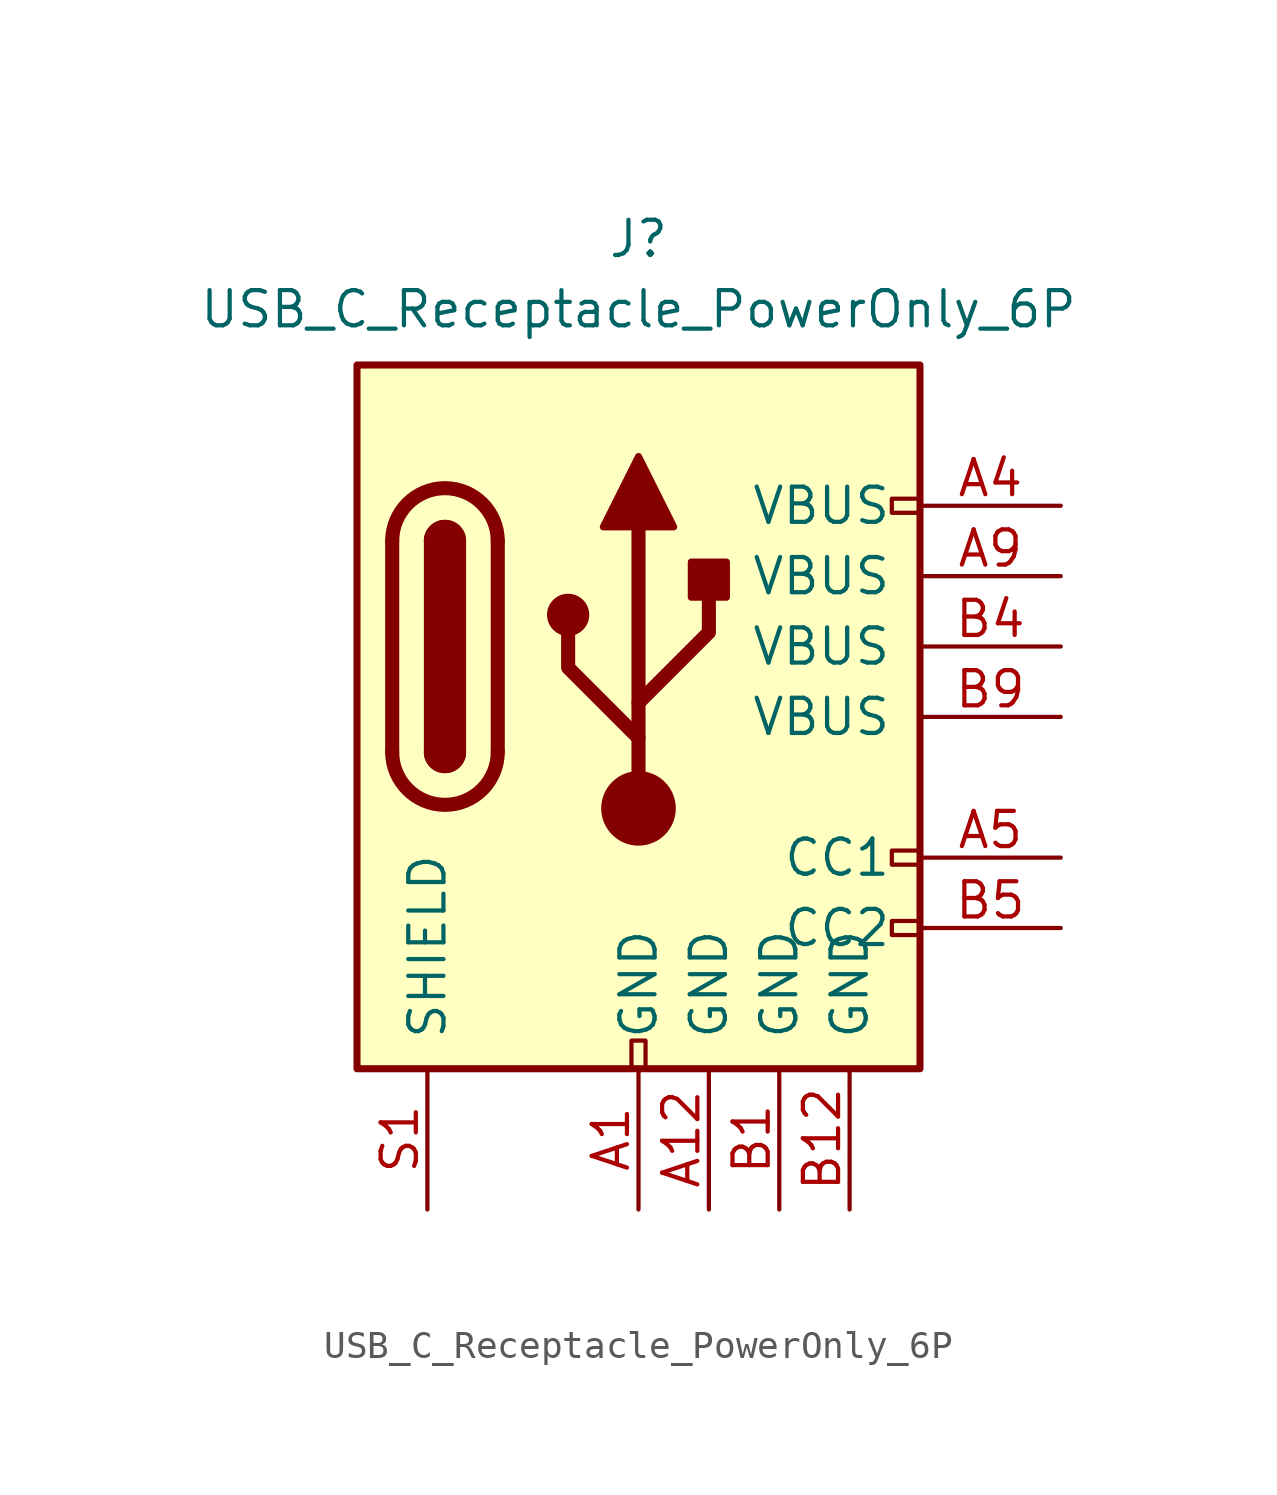
<source format=kicad_sym>
(kicad_symbol_lib
  (version 20241209)
  (generator "kicad_symbol_editor")
  (generator_version "9.0")
  (symbol "USB_C_Receptacle_PowerOnly_6P"
    (pin_names
      (offset 1.016))
    (property "Reference" "J"
      (at 0 16.51 0)
      (effects (font (size 1.27 1.27)) (justify bottom)))
    (property "Value" "USB_C_Receptacle_PowerOnly_6P"
      (at 0 13.97 0)
      (effects (font (size 1.27 1.27)) (justify bottom)))
    (symbol "USB_C_Receptacle_PowerOnly_6P_0_0"
      (rectangle (start -0.254 -12.7) (end 0.254 -11.684) (stroke (width 0) (type default)) (fill (type none)))
      (rectangle (start 10.16 7.874) (end 9.144 7.366) (stroke (width 0) (type default)) (fill (type none)))
      (rectangle (start 10.16 -4.826) (end 9.144 -5.334) (stroke (width 0) (type default)) (fill (type none)))
      (rectangle (start 10.16 -7.366) (end 9.144 -7.874) (stroke (width 0) (type default)) (fill (type none))))
    (symbol "USB_C_Receptacle_PowerOnly_6P_0_1"
      (rectangle (start -10.16 12.7) (end 10.16 -12.7) (stroke (width 0.254) (type default)) (fill (type background)))
      (polyline (pts (xy -8.89 -1.27) (xy -8.89 6.35)) (stroke (width 0.508) (type default)) (fill (type none)))
      (rectangle (start -7.62 -1.27) (end -6.35 6.35) (stroke (width 0.254) (type default)) (fill (type outline)))
      (arc (start -7.62 6.35) (mid -6.985 6.9823) (end -6.35 6.35) (stroke (width 0.254) (type default)) (fill (type none)))
      (arc (start -7.62 6.35) (mid -6.985 6.9823) (end -6.35 6.35) (stroke (width 0.254) (type default)) (fill (type outline)))
      (arc (start -8.89 6.35) (mid -6.985 8.2467) (end -5.08 6.35) (stroke (width 0.508) (type default)) (fill (type none)))
      (arc (start -5.08 -1.27) (mid -6.985 -3.1667) (end -8.89 -1.27) (stroke (width 0.508) (type default)) (fill (type none)))
      (arc (start -6.35 -1.27) (mid -6.985 -1.9023) (end -7.62 -1.27) (stroke (width 0.254) (type default)) (fill (type none)))
      (arc (start -6.35 -1.27) (mid -6.985 -1.9023) (end -7.62 -1.27) (stroke (width 0.254) (type default)) (fill (type outline)))
      (polyline (pts (xy -5.08 6.35) (xy -5.08 -1.27)) (stroke (width 0.508) (type default)) (fill (type none)))
      (circle (center -2.54 3.683) (radius 0.635) (stroke (width 0.254) (type default)) (fill (type outline)))
      (polyline (pts (xy -1.27 6.858) (xy 0 9.398) (xy 1.27 6.858) (xy -1.27 6.858)) (stroke (width 0.254) (type default)) (fill (type outline)))
      (polyline (pts (xy 0 0.508) (xy 2.54 3.048) (xy 2.54 4.318)) (stroke (width 0.508) (type default)) (fill (type none)))
      (polyline (pts (xy 0 -0.762) (xy -2.54 1.778) (xy -2.54 3.048)) (stroke (width 0.508) (type default)) (fill (type none)))
      (polyline (pts (xy 0 -3.302) (xy 0 6.858)) (stroke (width 0.508) (type default)) (fill (type none)))
      (circle (center 0 -3.302) (radius 1.27) (stroke (width 0) (type default)) (fill (type outline)))
      (rectangle (start 1.905 4.318) (end 3.175 5.588) (stroke (width 0.254) (type default)) (fill (type outline))))
    (symbol "USB_C_Receptacle_PowerOnly_6P_1_1"
      (pin passive line (at -7.62 -17.78 90) (length 5.08) (name "SHIELD" (effects (font (size 1.27 1.27)))) (number "S1" (effects (font (size 1.27 1.27)))))
      (pin passive line (at 0 -17.78 90) (length 5.08) (name "GND" (effects (font (size 1.27 1.27)))) (number "A1" (effects (font (size 1.27 1.27)))))
      (pin passive line (at 2.54 -17.78 90) (length 5.08) (name "GND" (effects (font (size 1.27 1.27)))) (number "A12" (effects (font (size 1.27 1.27)))))
      (pin passive line (at 5.08 -17.78 90) (length 5.08) (name "GND" (effects (font (size 1.27 1.27)))) (number "B1" (effects (font (size 1.27 1.27)))))
      (pin passive line (at 7.62 -17.78 90) (length 5.08) (name "GND" (effects (font (size 1.27 1.27)))) (number "B12" (effects (font (size 1.27 1.27)))))
      (pin passive line (at 15.24 7.62 180) (length 5.08) (name "VBUS" (effects (font (size 1.27 1.27)))) (number "A4" (effects (font (size 1.27 1.27)))))
      (pin passive line (at 15.24 5.08 180) (length 5.08) (name "VBUS" (effects (font (size 1.27 1.27)))) (number "A9" (effects (font (size 1.27 1.27)))))
      (pin passive line (at 15.24 2.54 180) (length 5.08) (name "VBUS" (effects (font (size 1.27 1.27)))) (number "B4" (effects (font (size 1.27 1.27)))))
      (pin passive line (at 15.24 0 180) (length 5.08) (name "VBUS" (effects (font (size 1.27 1.27)))) (number "B9" (effects (font (size 1.27 1.27)))))
      (pin bidirectional line (at 15.24 -5.08 180) (length 5.08) (name "CC1" (effects (font (size 1.27 1.27)))) (number "A5" (effects (font (size 1.27 1.27)))))
      (pin bidirectional line (at 15.24 -7.62 180) (length 5.08) (name "CC2" (effects (font (size 1.27 1.27)))) (number "B5" (effects (font (size 1.27 1.27))))))))
</source>
